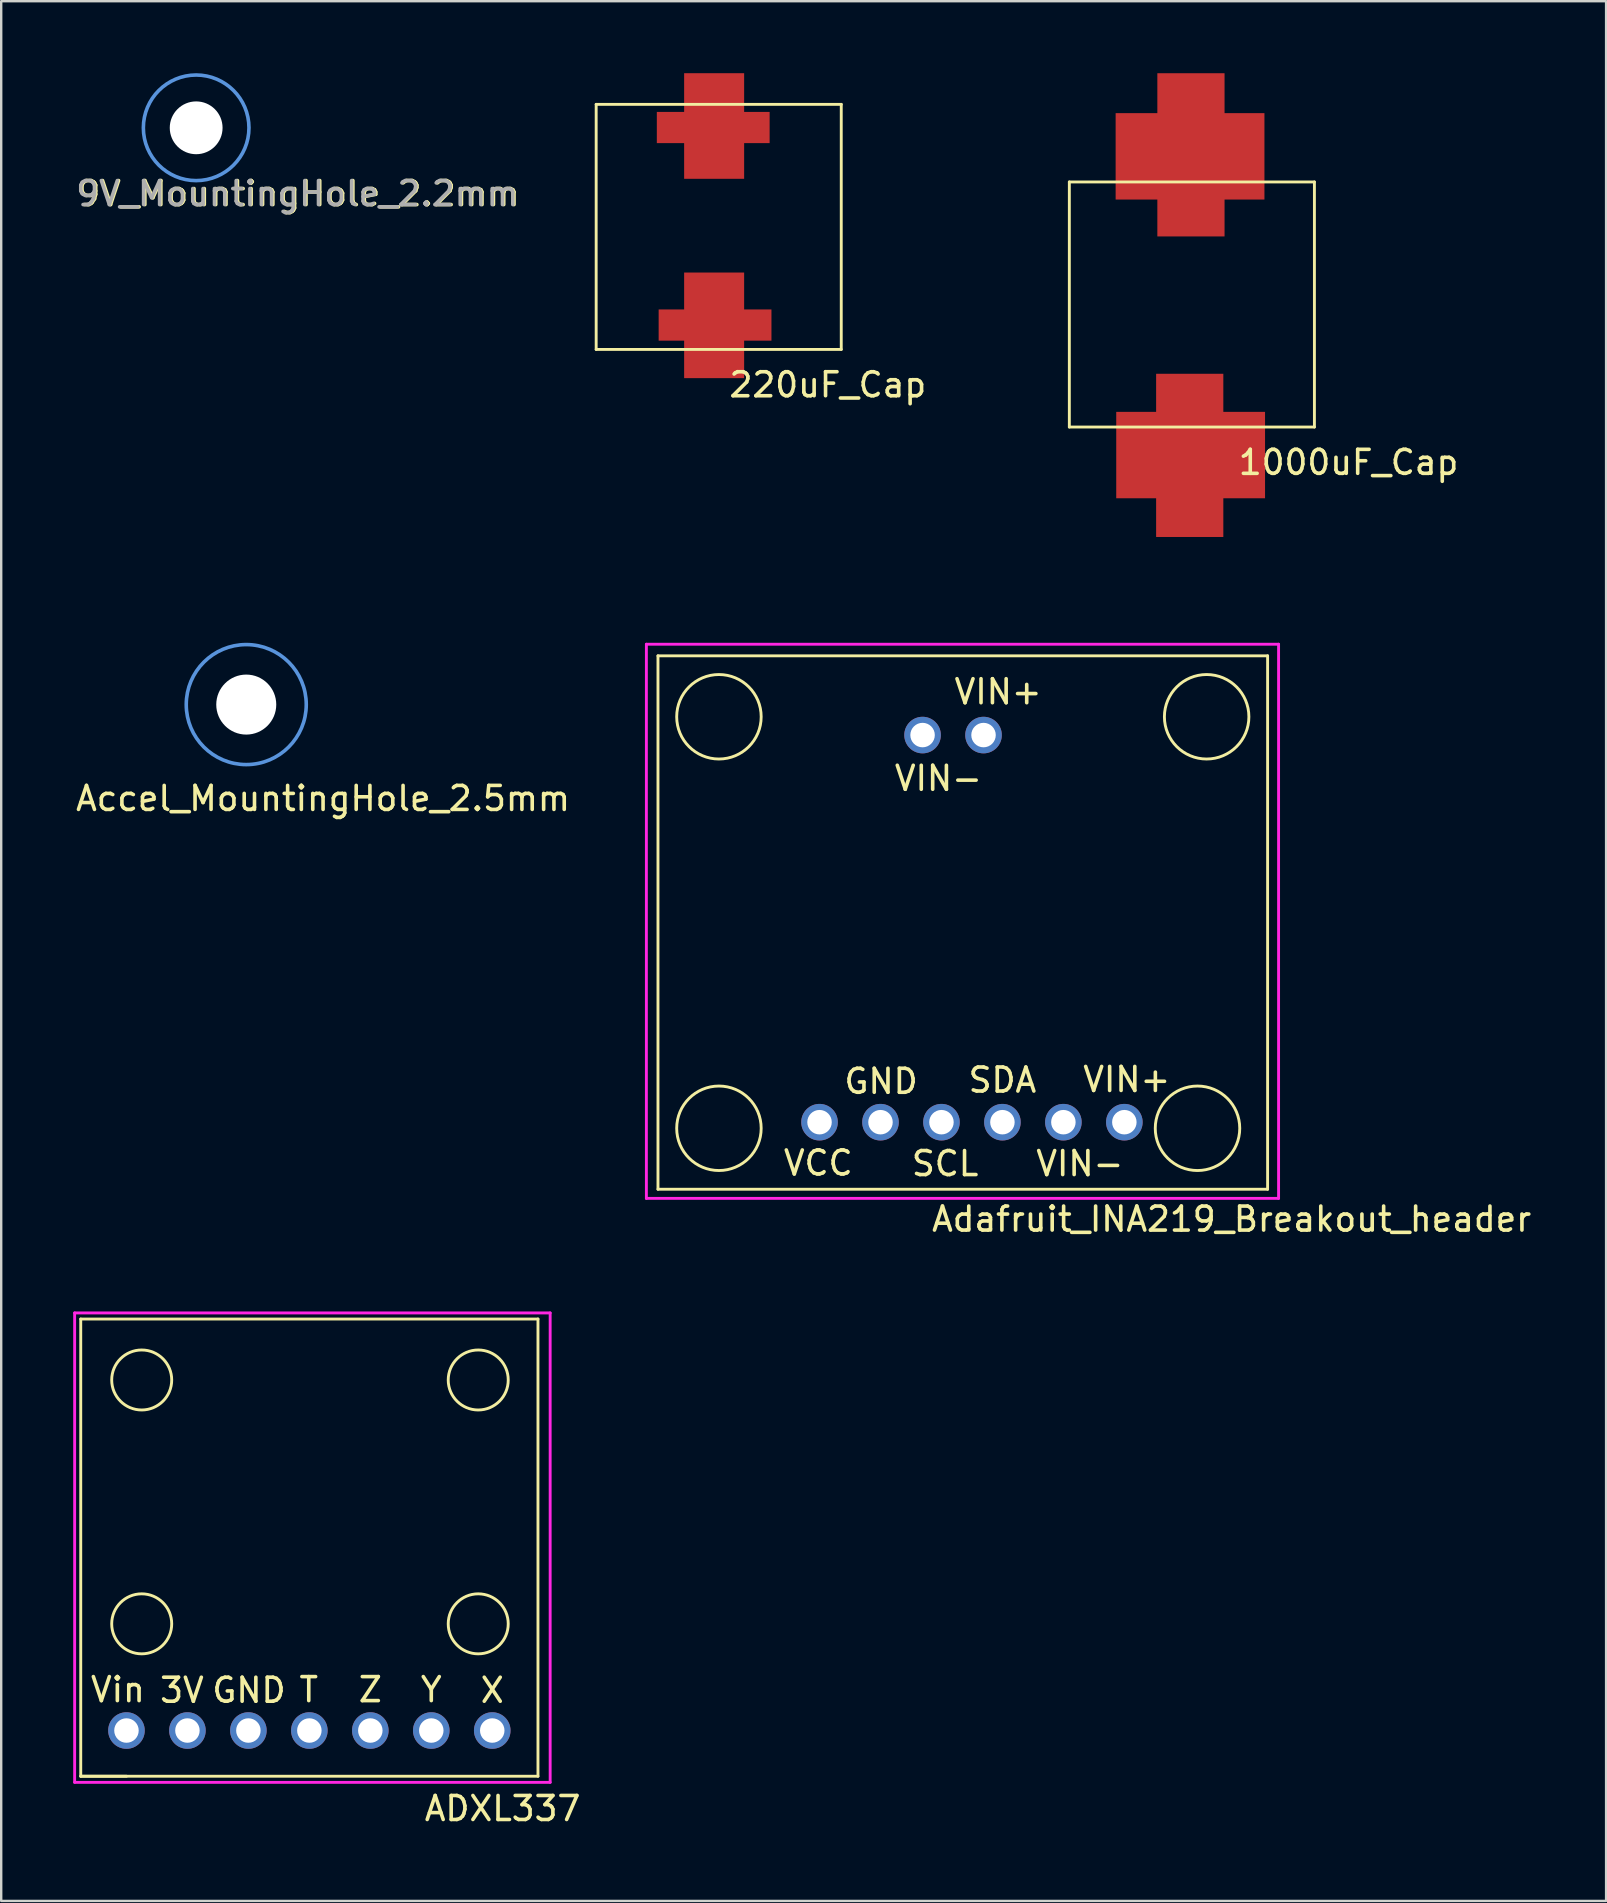
<source format=kicad_pcb>
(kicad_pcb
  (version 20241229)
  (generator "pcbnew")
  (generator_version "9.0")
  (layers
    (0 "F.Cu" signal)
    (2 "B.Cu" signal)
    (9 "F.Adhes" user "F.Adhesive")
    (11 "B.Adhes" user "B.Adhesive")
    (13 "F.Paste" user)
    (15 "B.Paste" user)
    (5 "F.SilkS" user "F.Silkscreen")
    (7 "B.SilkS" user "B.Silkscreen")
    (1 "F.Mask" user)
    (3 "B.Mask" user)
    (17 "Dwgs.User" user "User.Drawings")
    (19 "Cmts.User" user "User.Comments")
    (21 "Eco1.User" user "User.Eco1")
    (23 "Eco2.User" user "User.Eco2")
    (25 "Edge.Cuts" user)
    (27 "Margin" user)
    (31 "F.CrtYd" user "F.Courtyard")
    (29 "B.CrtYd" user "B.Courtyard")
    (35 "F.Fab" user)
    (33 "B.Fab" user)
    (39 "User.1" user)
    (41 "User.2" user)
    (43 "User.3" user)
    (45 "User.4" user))
  (footprint "220uF_Cap"
    (layer "F.Cu")
    (at 25.447 12.728)
    (property "Reference" "220uF_Cap" (at 5.994 0.254 0) (layer "F.SilkS") (effects (font (size 1 1) (thickness 0.15))))
    (attr through_hole)
    (fp_line (start -3.658 -11.43) (end 6.553 -11.43) (stroke (width 0.12) (type solid)) (layer "F.SilkS"))
    (fp_line (start -3.658 -1.219) (end -3.658 -11.43) (stroke (width 0.12) (type solid)) (layer "F.SilkS"))
    (fp_line (start -3.658 -1.219) (end 6.553 -1.219) (stroke (width 0.12) (type solid)) (layer "F.SilkS"))
    (fp_line (start 6.553 -1.219) (end 6.553 -11.43) (stroke (width 0.12) (type solid)) (layer "F.SilkS"))
    (pad "1" smd rect (at 1.257 -2.223 90) (size 4.4 2.5) (layers "F.Cu" "F.Mask" "F.Paste"))
    (pad "1" smd rect (at 1.295 -2.235 180) (size 4.7 1.3) (layers "F.Cu" "F.Mask" "F.Paste"))
    (pad "2" smd rect (at 1.219 -10.465 180) (size 4.7 1.3) (layers "F.Cu" "F.Mask" "F.Paste"))
    (pad "2" smd rect (at 1.257 -10.528 90) (size 4.4 2.5) (layers "F.Cu" "F.Mask" "F.Paste")))
  (footprint "Adafruit_INA219_Breakout_header"
    (layer "F.Cu")
    (at 24.364 24.274)
    (property "Reference" "Adafruit_INA219_Breakout_header" (at 23.901 23.47 0) (layer "F.SilkS") (effects (font (size 1 1) (thickness 0.15))))
    (attr through_hole)
    (fp_line (start 0 0) (end 0 22.225) (stroke (width 0.12) (type solid)) (layer "F.SilkS"))
    (fp_line (start 0 22.225) (end 25.4 22.225) (stroke (width 0.12) (type solid)) (layer "F.SilkS"))
    (fp_line (start 25.4 0) (end 0 0) (stroke (width 0.12) (type solid)) (layer "F.SilkS"))
    (fp_line (start 25.4 22.225) (end 25.4 0) (stroke (width 0.12) (type solid)) (layer "F.SilkS"))
    (fp_circle (center 2.54 2.54) (end 4.3 2.54) (stroke (width 0.12) (type solid)) (fill no) (layer "F.SilkS"))
    (fp_circle (center 2.54 19.685) (end 4.3 19.685) (stroke (width 0.12) (type solid)) (fill no) (layer "F.SilkS"))
    (fp_circle (center 22.479 19.685) (end 24.239 19.685) (stroke (width 0.12) (type solid)) (fill no) (layer "F.SilkS"))
    (fp_circle (center 22.86 2.54) (end 24.62 2.54) (stroke (width 0.12) (type solid)) (fill no) (layer "F.SilkS"))
    (fp_line (start -0.483 -0.483) (end 25.857 -0.483) (stroke (width 0.12) (type solid)) (layer "F.CrtYd"))
    (fp_line (start -0.483 22.606) (end -0.483 -0.483) (stroke (width 0.12) (type solid)) (layer "F.CrtYd"))
    (fp_line (start 25.857 -0.483) (end 25.857 22.606) (stroke (width 0.12) (type solid)) (layer "F.CrtYd"))
    (fp_line (start 25.857 22.606) (end -0.483 22.606) (stroke (width 0.12) (type solid)) (layer "F.CrtYd"))
    (fp_text user "VIN-" (at 17.577 21.158 0) (layer "F.SilkS") (effects (font (size 1 1) (thickness 0.15))))
    (fp_text user "GND" (at 9.296 17.729 0) (layer "F.SilkS") (effects (font (size 1 1) (thickness 0.15))))
    (fp_text user "SDA" (at 14.351 17.678 0) (layer "F.SilkS") (effects (font (size 1 1) (thickness 0.15))))
    (fp_text user "VCC" (at 6.68 21.133 0) (layer "F.SilkS") (effects (font (size 1 1) (thickness 0.15))))
    (fp_text user "VIN-" (at 11.684 5.105 0) (layer "F.SilkS") (effects (font (size 1 1) (thickness 0.15))))
    (fp_text user "VIN+" (at 19.533 17.653 0) (layer "F.SilkS") (effects (font (size 1 1) (thickness 0.15))))
    (fp_text user "SCL" (at 11.963 21.158 0) (layer "F.SilkS") (effects (font (size 1 1) (thickness 0.15))))
    (fp_text user "VIN+" (at 14.173 1.499 0) (layer "F.SilkS") (effects (font (size 1 1) (thickness 0.15))))
    (pad "1" thru_hole circle (at 6.731 19.431) (size 1.524 1.524) (drill 1.02) (layers "*.Cu" "*.Mask"))
    (pad "2" thru_hole circle (at 9.271 19.431) (size 1.524 1.524) (drill 1.02) (layers "*.Cu" "*.Mask"))
    (pad "3" thru_hole circle (at 11.811 19.431) (size 1.524 1.524) (drill 1.02) (layers "*.Cu" "*.Mask"))
    (pad "4" thru_hole circle (at 14.351 19.431) (size 1.524 1.524) (drill 1.02) (layers "*.Cu" "*.Mask"))
    (pad "5" thru_hole circle (at 16.891 19.431) (size 1.524 1.524) (drill 1.02) (layers "*.Cu" "*.Mask"))
    (pad "6" thru_hole circle (at 19.431 19.431) (size 1.524 1.524) (drill 1.02) (layers "*.Cu" "*.Mask"))
    (pad "7" thru_hole circle (at 11.024 3.302) (size 1.524 1.524) (drill 1.02) (layers "*.Cu" "*.Mask"))
    (pad "8" thru_hole circle (at 13.564 3.302) (size 1.524 1.524) (drill 1.02) (layers "*.Cu" "*.Mask")))
  (footprint "Accel_MountingHole_2.5mm"
    (layer "F.Cu")
    (at 7.21 26.306)
    (property "Reference" "Accel_MountingHole_2.5mm" (at 3.2 3.912 0) (layer "F.SilkS") (effects (font (size 1 1) (thickness 0.15))))
    (attr through_hole)
    (fp_circle (center 0 0) (end 2.5 0) (stroke (width 0.15) (type solid)) (fill no) (layer "Cmts.User"))
    (pad "" np_thru_hole circle (at 0 0) (size 2.5 2.5) (drill 2.5) (layers "*.Cu" "*.Mask")))
  (footprint "ADXL337"
    (layer "F.Cu")
    (at 0.314 70.956)
    (property "Reference" "ADXL337" (at 17.577 1.346 0) (layer "F.SilkS") (effects (font (size 1 1) (thickness 0.15))))
    (attr through_hole)
    (fp_line (start 0 -19.05) (end 19.05 -19.05) (stroke (width 0.12) (type solid)) (layer "F.SilkS"))
    (fp_line (start 0 0) (end 0 -19.05) (stroke (width 0.12) (type solid)) (layer "F.SilkS"))
    (fp_line (start 0 0) (end 1.905 0) (stroke (width 0.12) (type solid)) (layer "F.SilkS"))
    (fp_line (start 19.05 -19.05) (end 19.05 0) (stroke (width 0.12) (type solid)) (layer "F.SilkS"))
    (fp_line (start 19.05 0) (end 0 0) (stroke (width 0.12) (type solid)) (layer "F.SilkS"))
    (fp_circle (center 2.54 -16.51) (end 3.79 -16.51) (stroke (width 0.12) (type solid)) (fill no) (layer "F.SilkS"))
    (fp_circle (center 2.54 -6.35) (end 3.79 -6.35) (stroke (width 0.12) (type solid)) (fill no) (layer "F.SilkS"))
    (fp_circle (center 16.561 -16.51) (end 17.811 -16.51) (stroke (width 0.12) (type solid)) (fill no) (layer "F.SilkS"))
    (fp_circle (center 16.561 -6.35) (end 17.811 -6.35) (stroke (width 0.12) (type solid)) (fill no) (layer "F.SilkS"))
    (fp_line (start -0.254 -19.304) (end 19.558 -19.304) (stroke (width 0.12) (type solid)) (layer "F.CrtYd"))
    (fp_line (start -0.254 0.254) (end -0.254 -19.304) (stroke (width 0.12) (type solid)) (layer "F.CrtYd"))
    (fp_line (start 19.558 -19.304) (end 19.558 0.254) (stroke (width 0.12) (type solid)) (layer "F.CrtYd"))
    (fp_line (start 19.558 0.254) (end -0.254 0.254) (stroke (width 0.12) (type solid)) (layer "F.CrtYd"))
    (fp_text user "X" (at 17.145 -3.581 0) (layer "F.SilkS") (effects (font (size 1 1) (thickness 0.15))))
    (fp_text user "GND" (at 7.01 -3.581 0) (layer "F.SilkS") (effects (font (size 1 1) (thickness 0.15))))
    (fp_text user "T" (at 9.5 -3.607 0) (layer "F.SilkS") (effects (font (size 1 1) (thickness 0.15))))
    (fp_text user "3V" (at 4.216 -3.581 0) (layer "F.SilkS") (effects (font (size 1 1) (thickness 0.15))))
    (fp_text user "Y" (at 14.605 -3.607 0) (layer "F.SilkS") (effects (font (size 1 1) (thickness 0.15))))
    (fp_text user "Vin" (at 1.549 -3.607 0) (layer "F.SilkS") (effects (font (size 1 1) (thickness 0.15))))
    (fp_text user "Z" (at 12.065 -3.607 0) (layer "F.SilkS") (effects (font (size 1 1) (thickness 0.15))))
    (pad "1" thru_hole circle (at 1.905 -1.905) (size 1.524 1.524) (drill 1.02) (layers "*.Cu" "*.Mask"))
    (pad "2" thru_hole circle (at 4.445 -1.905) (size 1.524 1.524) (drill 1.02) (layers "*.Cu" "*.Mask"))
    (pad "3" thru_hole circle (at 6.985 -1.905) (size 1.524 1.524) (drill 1.02) (layers "*.Cu" "*.Mask"))
    (pad "4" thru_hole circle (at 9.525 -1.905) (size 1.524 1.524) (drill 1.02) (layers "*.Cu" "*.Mask"))
    (pad "5" thru_hole circle (at 12.065 -1.905) (size 1.524 1.524) (drill 1.02) (layers "*.Cu" "*.Mask"))
    (pad "6" thru_hole circle (at 14.605 -1.905) (size 1.524 1.524) (drill 1.02) (layers "*.Cu" "*.Mask"))
    (pad "7" thru_hole circle (at 17.145 -1.905) (size 1.524 1.524) (drill 1.02) (layers "*.Cu" "*.Mask")))
  (footprint "1000uF_Cap"
    (layer "F.Cu")
    (at 38.912 20.482)
    (property "Reference" "1000uF_Cap" (at 14.224 -4.267 0) (layer "F.SilkS") (effects (font (size 1 1) (thickness 0.15))))
    (attr through_hole)
    (fp_line (start 2.591 -15.951) (end 12.802 -15.951) (stroke (width 0.12) (type solid)) (layer "F.SilkS"))
    (fp_line (start 2.591 -5.74) (end 2.591 -15.951) (stroke (width 0.12) (type solid)) (layer "F.SilkS"))
    (fp_line (start 2.591 -5.74) (end 12.802 -5.74) (stroke (width 0.12) (type solid)) (layer "F.SilkS"))
    (fp_line (start 12.802 -5.74) (end 12.802 -15.951) (stroke (width 0.12) (type solid)) (layer "F.SilkS"))
    (pad "1" smd rect (at 7.607 -4.559 90) (size 6.8 2.8) (layers "F.Cu" "F.Mask" "F.Paste"))
    (pad "1" smd rect (at 7.645 -4.572 180) (size 6.2 3.6) (layers "F.Cu" "F.Mask" "F.Paste"))
    (pad "2" smd rect (at 7.62 -17.018 180) (size 6.2 3.6) (layers "F.Cu" "F.Mask" "F.Paste"))
    (pad "2" smd rect (at 7.658 -17.081 90) (size 6.8 2.8) (layers "F.Cu" "F.Mask" "F.Paste")))
  (footprint "9V_MountingHole_2.2mm"
    (layer "F.Cu")
    (at 5.123 2.326)
    (property "Reference" "9V_MountingHole_2.2mm" (at 4.267 2.692 0) (layer "F.SilkS") (effects (font (size 1 1) (thickness 0.15))))
    (attr through_hole)
    (fp_circle (center 0 -0.051) (end 2.2 -0.051) (stroke (width 0.15) (type solid)) (fill no) (layer "Cmts.User"))
    (fp_text user "${REFERENCE}" (at 4.216 2.692 0) (layer "F.Fab") (effects (font (size 1 1) (thickness 0.15))))
    (pad "" np_thru_hole circle (at 0 -0.051) (size 2.2 2.2) (drill 2.2) (layers "*.Cu" "*.Mask")))
  (gr_rect
    (start -3 -3)
    (end 63.867 76.15)
    (stroke (width 0.1) (type default))
    (fill no)
    (layer "Edge.Cuts")))
</source>
